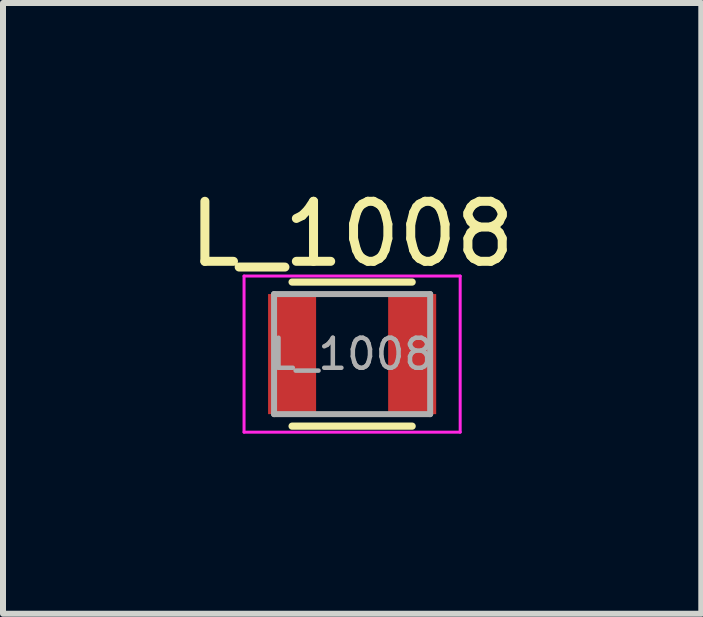
<source format=kicad_pcb>
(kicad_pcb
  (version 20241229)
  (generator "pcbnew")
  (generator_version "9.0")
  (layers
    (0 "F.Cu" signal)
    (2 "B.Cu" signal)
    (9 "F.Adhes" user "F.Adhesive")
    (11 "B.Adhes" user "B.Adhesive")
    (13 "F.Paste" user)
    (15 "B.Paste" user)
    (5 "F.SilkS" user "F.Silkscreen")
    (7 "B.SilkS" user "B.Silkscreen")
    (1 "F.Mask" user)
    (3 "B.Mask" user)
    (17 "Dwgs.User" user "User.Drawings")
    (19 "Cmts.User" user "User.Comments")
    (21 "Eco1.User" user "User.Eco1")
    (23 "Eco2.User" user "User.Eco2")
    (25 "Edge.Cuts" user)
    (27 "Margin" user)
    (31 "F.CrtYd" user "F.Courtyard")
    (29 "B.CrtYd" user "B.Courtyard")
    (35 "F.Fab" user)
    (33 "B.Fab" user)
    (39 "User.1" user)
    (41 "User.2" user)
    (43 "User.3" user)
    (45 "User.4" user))
  (footprint "L_1008"
    (layer "F.Cu")
    (at 2.815 2.848)
    (property "Reference" "L_1008" (at 0 -2 0) (layer "F.SilkS") (effects (font (size 1 1) (thickness 0.15))))
    (attr smd)
    (fp_line (start -1 -1.2) (end 1 -1.2) (stroke (width 0.12) (type solid)) (layer "F.SilkS"))
    (fp_line (start 1 1.2) (end -1 1.2) (stroke (width 0.12) (type solid)) (layer "F.SilkS"))
    (fp_line (start -1.8 -1.3) (end -1.8 1.3) (stroke (width 0.05) (type solid)) (layer "F.CrtYd"))
    (fp_line (start -1.8 -1.3) (end 1.8 -1.3) (stroke (width 0.05) (type solid)) (layer "F.CrtYd"))
    (fp_line (start -1.8 1.3) (end 1.8 1.3) (stroke (width 0.05) (type solid)) (layer "F.CrtYd"))
    (fp_line (start 1.8 -1.3) (end 1.8 1.3) (stroke (width 0.05) (type solid)) (layer "F.CrtYd"))
    (fp_line (start -1.3 -1) (end 1.3 -1) (stroke (width 0.1) (type solid)) (layer "F.Fab"))
    (fp_line (start -1.3 1) (end -1.3 -1) (stroke (width 0.1) (type solid)) (layer "F.Fab"))
    (fp_line (start 1.3 -1) (end 1.3 1) (stroke (width 0.1) (type solid)) (layer "F.Fab"))
    (fp_line (start 1.3 1) (end -1.3 1) (stroke (width 0.1) (type solid)) (layer "F.Fab"))
    (fp_text user "${REFERENCE}" (at 0 0 0) (layer "F.Fab") (effects (font (size 0.5 0.5) (thickness 0.075))))
    (pad "1" smd rect (at -1 0) (size 0.8 2) (layers "F.Cu" "F.Mask" "F.Paste"))
    (pad "2" smd rect (at 1 0) (size 0.8 2) (layers "F.Cu" "F.Mask" "F.Paste")))
  (gr_rect
    (start -3 -3)
    (end 8.631 7.173)
    (stroke (width 0.1) (type default))
    (fill no)
    (layer "Edge.Cuts")))
</source>
